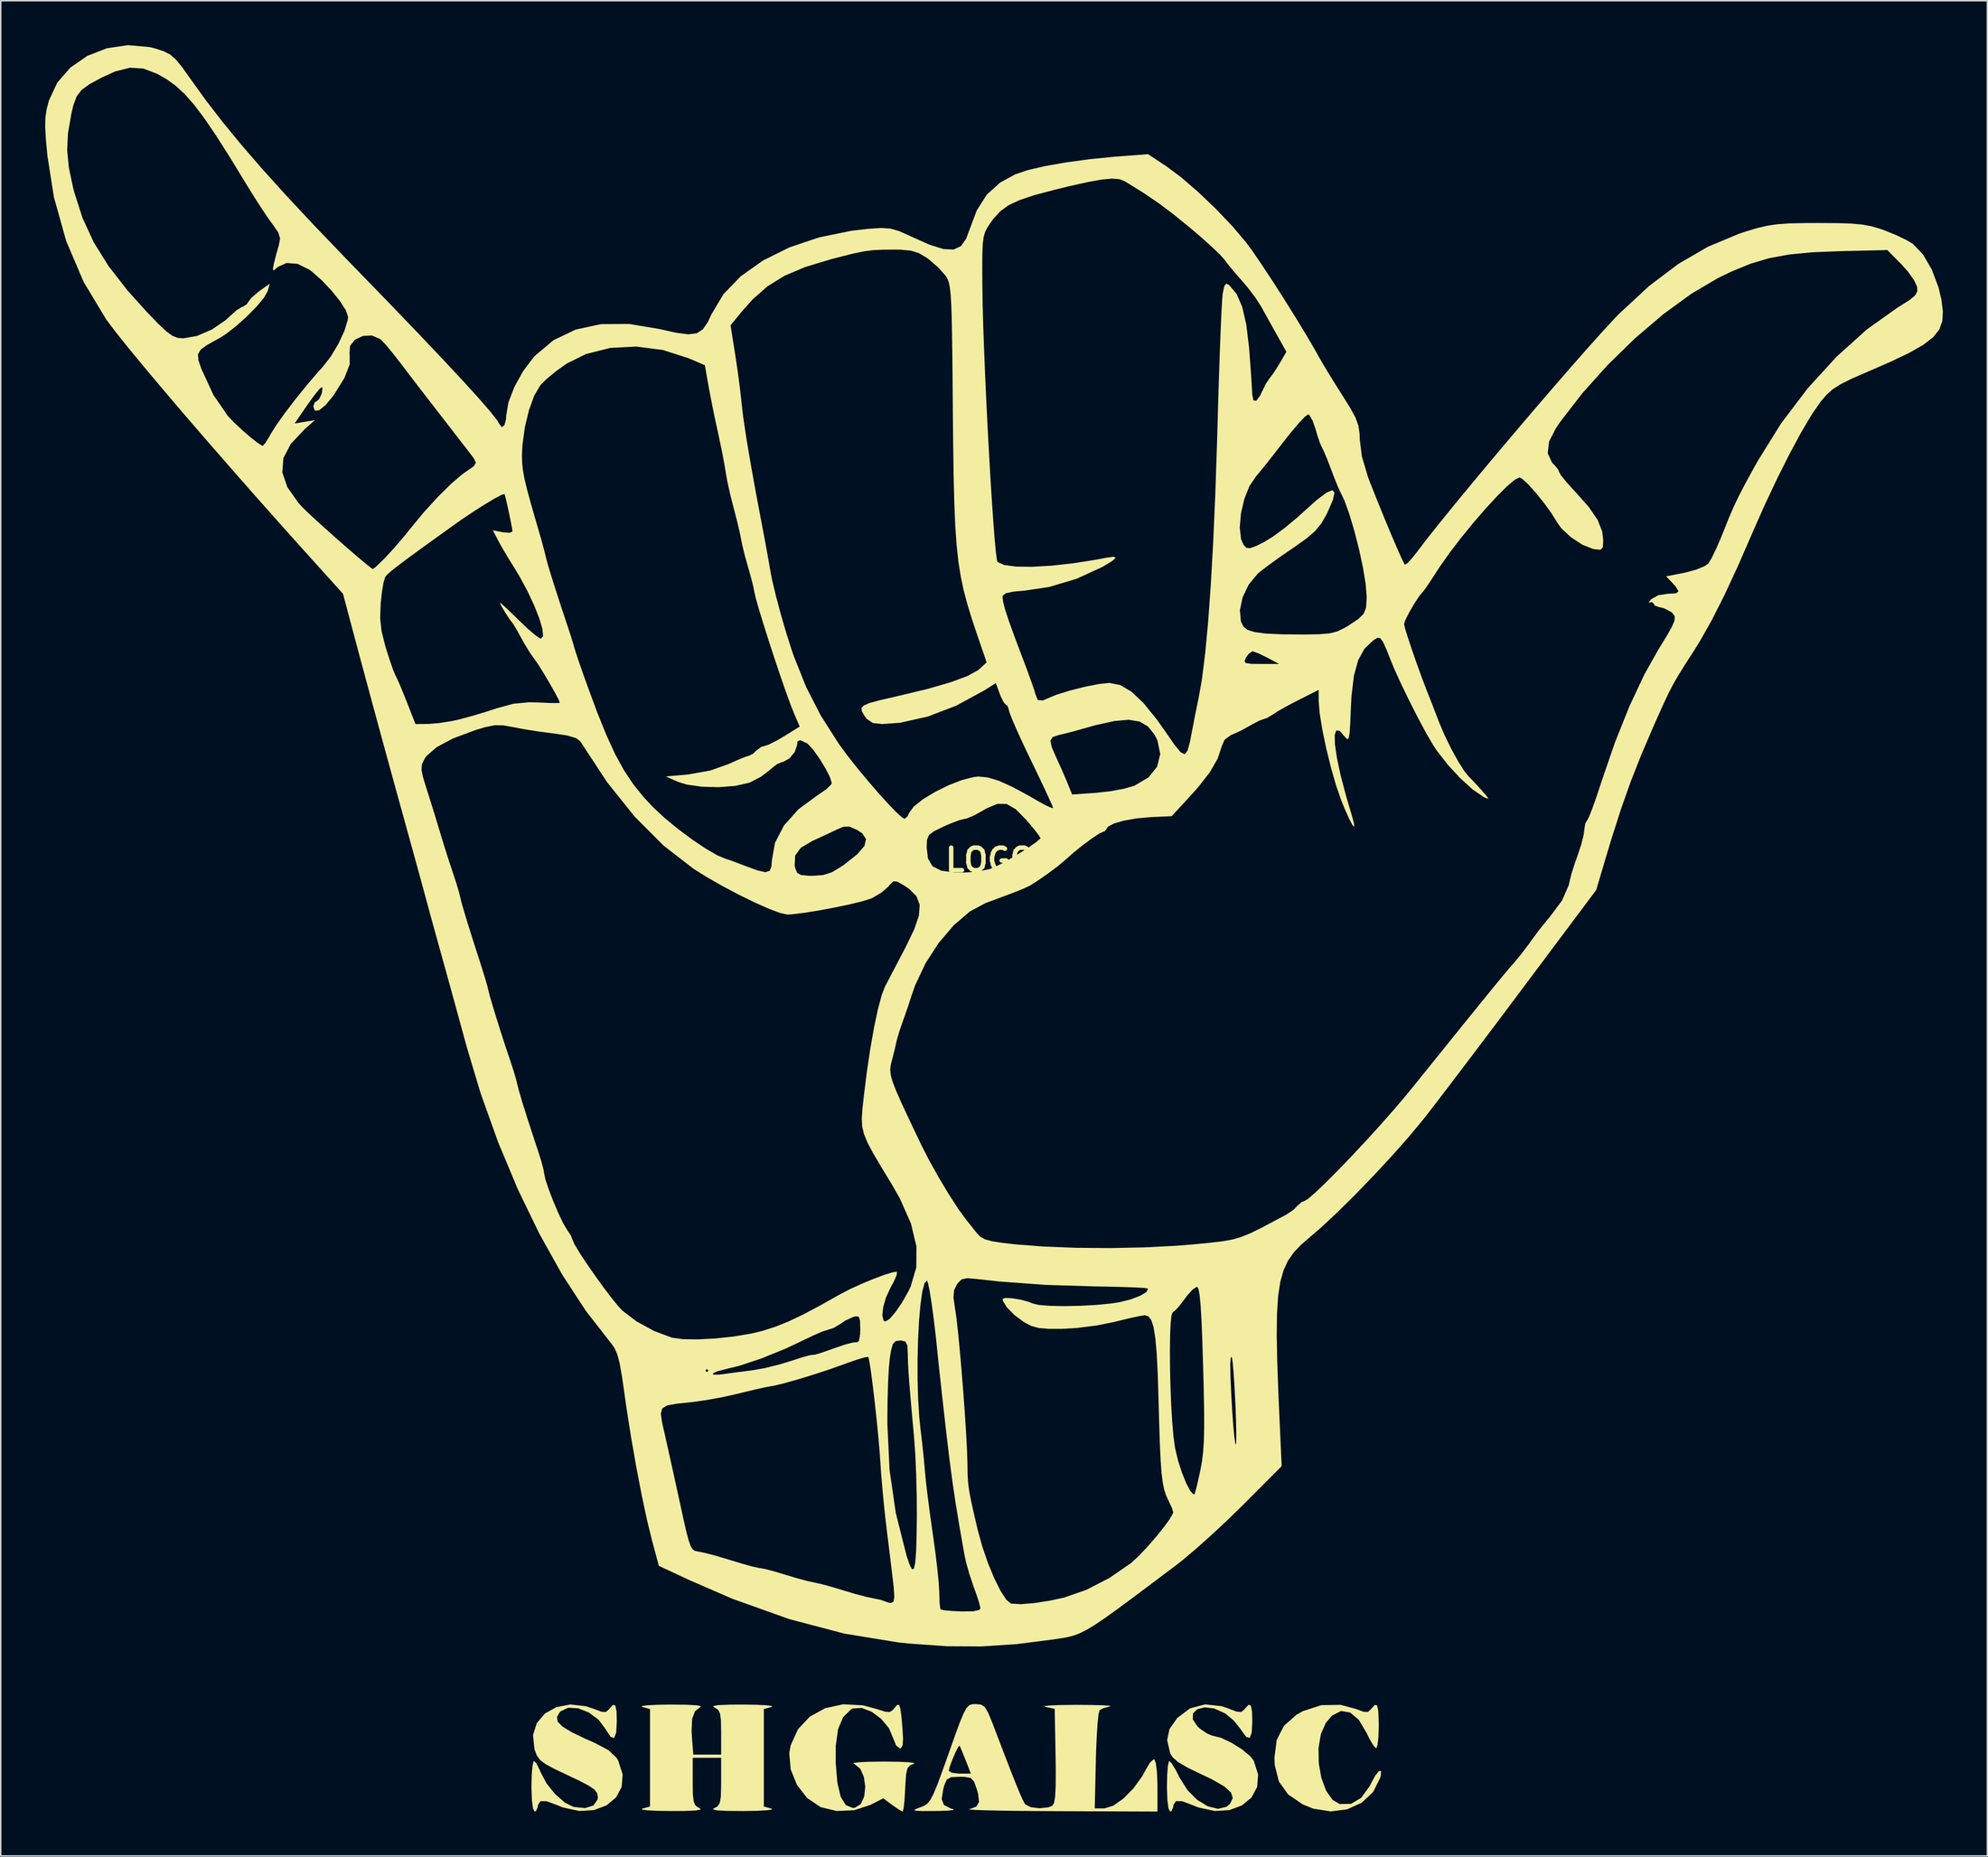
<source format=kicad_pcb>
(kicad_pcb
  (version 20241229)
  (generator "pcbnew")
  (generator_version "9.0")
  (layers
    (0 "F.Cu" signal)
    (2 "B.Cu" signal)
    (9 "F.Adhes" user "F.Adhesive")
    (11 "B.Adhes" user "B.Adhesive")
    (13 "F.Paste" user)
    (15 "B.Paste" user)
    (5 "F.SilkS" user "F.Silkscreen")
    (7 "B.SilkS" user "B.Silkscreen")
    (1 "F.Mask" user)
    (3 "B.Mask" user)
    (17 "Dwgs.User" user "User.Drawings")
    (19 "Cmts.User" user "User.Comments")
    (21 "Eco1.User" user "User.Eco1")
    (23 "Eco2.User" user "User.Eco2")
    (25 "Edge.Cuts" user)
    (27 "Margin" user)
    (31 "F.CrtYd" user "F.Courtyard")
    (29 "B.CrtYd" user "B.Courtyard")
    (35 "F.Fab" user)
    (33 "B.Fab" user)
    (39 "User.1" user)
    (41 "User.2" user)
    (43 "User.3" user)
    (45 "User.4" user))
  (footprint "LOGO"
    (layer "F.Cu")
    (at 63.779 55.014)
    (property "Reference" "LOGO" (at 0 0 0) (layer "F.SilkS") (effects (font (size 1.524 1.524) (thickness 0.3))))
    (attr board_only exclude_from_pos_files exclude_from_bom)
    (fp_poly (pts (xy 24.709 57.32) (xy 25.233 57.515) (xy 25.521 57.523) (xy 25.721 57.345) (xy 25.74 57.32) (xy 25.983 57.052) (xy 26.137 57.078) (xy 26.221 57.438) (xy 26.252 58.17) (xy 26.254 58.484) (xy 26.231 59.22) (xy 26.17 59.754) (xy 26.085 59.977) (xy 26.078 59.978) (xy 25.9 59.8) (xy 25.63 59.343) (xy 25.437 58.946) (xy 24.907 58.056) (xy 24.32 57.558) (xy 23.707 57.458) (xy 23.102 57.766) (xy 22.686 58.25) (xy 22.341 59.029) (xy 22.186 59.976) (xy 22.204 60.991) (xy 22.379 61.976) (xy 22.693 62.83) (xy 23.131 63.456) (xy 23.61 63.739) (xy 24.378 63.73) (xy 25.066 63.321) (xy 25.637 62.538) (xy 25.715 62.379) (xy 26.017 61.823) (xy 26.265 61.52) (xy 26.408 61.506) (xy 26.394 61.813) (xy 26.357 61.953) (xy 25.873 62.927) (xy 25.103 63.65) (xy 24.121 64.096) (xy 23.005 64.239) (xy 21.832 64.052) (xy 21.125 63.767) (xy 20.133 63.089) (xy 19.512 62.221) (xy 19.233 61.116) (xy 19.21 60.618) (xy 19.366 59.41) (xy 19.852 58.457) (xy 20.698 57.712) (xy 21.125 57.47) (xy 22.372 57.064) (xy 23.673 57.042)) (stroke (width 0) (type solid)) (fill yes) (layer "F.SilkS"))
    (fp_poly (pts (xy -15.745 57.039) (xy -15.081 57.073) (xy -14.719 57.121) (xy -14.72 57.179) (xy -14.728 57.181) (xy -15.261 57.329) (xy -15.261 63.908) (xy -14.728 64.056) (xy -14.713 64.114) (xy -15.063 64.162) (xy -15.717 64.197) (xy -16.614 64.212) (xy -16.649 64.212) (xy -17.748 64.203) (xy -18.429 64.166) (xy -18.7 64.102) (xy -18.623 64.027) (xy -18.377 63.89) (xy -18.233 63.659) (xy -18.164 63.232) (xy -18.144 62.509) (xy -18.143 62.226) (xy -18.143 60.618) (xy -20.064 60.618) (xy -20.064 62.226) (xy -20.053 63.055) (xy -20.001 63.558) (xy -19.882 63.837) (xy -19.668 63.991) (xy -19.584 64.027) (xy -19.526 64.115) (xy -19.871 64.175) (xy -20.627 64.207) (xy -21.558 64.212) (xy -22.462 64.198) (xy -23.126 64.164) (xy -23.488 64.116) (xy -23.486 64.058) (xy -23.479 64.056) (xy -22.945 63.908) (xy -22.945 57.329) (xy -23.479 57.181) (xy -23.494 57.123) (xy -23.144 57.075) (xy -22.489 57.04) (xy -21.592 57.025) (xy -21.558 57.025) (xy -20.496 57.035) (xy -19.806 57.072) (xy -19.505 57.134) (xy -19.555 57.2) (xy -19.913 57.477) (xy -20.102 57.992) (xy -20.14 58.813) (xy -20.105 59.391) (xy -20.021 60.405) (xy -18.143 60.405) (xy -18.143 58.904) (xy -18.156 58.107) (xy -18.215 57.631) (xy -18.351 57.371) (xy -18.592 57.223) (xy -18.623 57.21) (xy -18.681 57.122) (xy -18.336 57.062) (xy -17.58 57.03) (xy -16.649 57.025)) (stroke (width 0) (type solid)) (fill yes) (layer "F.SilkS"))
    (fp_poly (pts (xy -8.577 57.075) (xy -7.661 57.318) (xy -7.079 57.505) (xy -6.754 57.53) (xy -6.546 57.387) (xy -6.462 57.281) (xy -6.264 57.05) (xy -6.13 57.046) (xy -6.037 57.324) (xy -5.96 57.938) (xy -5.908 58.537) (xy -5.862 59.333) (xy -5.891 59.783) (xy -6.006 59.964) (xy -6.08 59.978) (xy -6.324 59.794) (xy -6.508 59.349) (xy -6.509 59.344) (xy -6.816 58.619) (xy -7.343 57.983) (xy -7.991 57.504) (xy -8.663 57.25) (xy -9.259 57.292) (xy -9.371 57.348) (xy -9.907 57.869) (xy -10.249 58.681) (xy -10.407 59.821) (xy -10.409 60.961) (xy -10.296 62.306) (xy -10.071 63.253) (xy -9.727 63.813) (xy -9.26 64.003) (xy -9.12 63.993) (xy -8.719 63.748) (xy -8.485 63.236) (xy -8.414 62.583) (xy -8.504 61.915) (xy -8.752 61.356) (xy -9.154 61.031) (xy -9.192 61.02) (xy -9.197 60.965) (xy -8.837 60.919) (xy -8.173 60.888) (xy -7.267 60.875) (xy -7.15 60.874) (xy -6.222 60.886) (xy -5.53 60.916) (xy -5.136 60.96) (xy -5.101 61.015) (xy -5.123 61.022) (xy -5.401 61.131) (xy -5.567 61.332) (xy -5.657 61.727) (xy -5.706 62.417) (xy -5.719 62.709) (xy -5.763 63.457) (xy -5.821 64.004) (xy -5.881 64.244) (xy -5.888 64.247) (xy -6.113 64.133) (xy -6.527 63.852) (xy -6.597 63.801) (xy -7.2 63.355) (xy -8.074 63.801) (xy -9.169 64.158) (xy -10.348 64.21) (xy -11.427 63.948) (xy -11.43 63.947) (xy -12.333 63.338) (xy -13.024 62.453) (xy -13.446 61.406) (xy -13.543 60.312) (xy -13.455 59.793) (xy -12.955 58.688) (xy -12.156 57.838) (xy -11.119 57.269) (xy -9.906 57.005)) (stroke (width 0) (type solid)) (fill yes) (layer "F.SilkS"))
    (fp_poly (pts (xy 15.65 57.134) (xy 16.117 57.297) (xy 16.663 57.503) (xy 16.965 57.526) (xy 17.165 57.368) (xy 17.202 57.32) (xy 17.462 57.04) (xy 17.62 57.092) (xy 17.698 57.507) (xy 17.716 58.164) (xy 17.674 58.924) (xy 17.542 59.272) (xy 17.311 59.213) (xy 16.97 58.754) (xy 16.928 58.683) (xy 16.462 58.102) (xy 15.881 57.619) (xy 15.876 57.616) (xy 15.151 57.291) (xy 14.505 57.211) (xy 14.005 57.335) (xy 13.714 57.619) (xy 13.698 58.024) (xy 14.022 58.506) (xy 14.223 58.682) (xy 14.676 58.987) (xy 15.01 59.126) (xy 15.023 59.126) (xy 15.587 59.262) (xy 16.303 59.599) (xy 17.019 60.047) (xy 17.584 60.516) (xy 17.809 60.805) (xy 18.11 61.745) (xy 18.043 62.589) (xy 17.662 63.297) (xy 17.021 63.83) (xy 16.175 64.147) (xy 15.179 64.209) (xy 14.086 63.975) (xy 13.692 63.816) (xy 12.978 63.549) (xy 12.558 63.546) (xy 12.388 63.81) (xy 12.38 63.939) (xy 12.26 64.215) (xy 12.166 64.247) (xy 12.061 64.047) (xy 11.986 63.502) (xy 11.954 62.692) (xy 11.953 62.539) (xy 11.971 61.747) (xy 12.02 61.15) (xy 12.09 60.85) (xy 12.113 60.833) (xy 12.283 61.01) (xy 12.56 61.468) (xy 12.807 61.953) (xy 13.337 62.799) (xy 13.997 63.459) (xy 14.708 63.893) (xy 15.394 64.063) (xy 15.977 63.927) (xy 16.213 63.724) (xy 16.398 63.343) (xy 16.28 62.965) (xy 15.831 62.556) (xy 15.019 62.087) (xy 14.301 61.743) (xy 13.33 61.274) (xy 12.693 60.897) (xy 12.321 60.565) (xy 12.168 60.302) (xy 11.968 59.427) (xy 12.126 58.672) (xy 12.654 57.926) (xy 13.515 57.279) (xy 14.533 57.012)) (stroke (width 0) (type solid)) (fill yes) (layer "F.SilkS"))
    (fp_poly (pts (xy -27.267 57.138) (xy -26.731 57.32) (xy -26.207 57.515) (xy -25.92 57.523) (xy -25.72 57.345) (xy -25.701 57.32) (xy -25.441 57.04) (xy -25.282 57.092) (xy -25.204 57.507) (xy -25.187 58.164) (xy -25.232 58.929) (xy -25.37 59.278) (xy -25.599 59.21) (xy -25.919 58.726) (xy -25.938 58.688) (xy -26.428 58.039) (xy -27.085 57.555) (xy -27.802 57.275) (xy -28.472 57.238) (xy -28.99 57.483) (xy -29.043 57.541) (xy -29.227 57.867) (xy -29.18 58.177) (xy -28.863 58.506) (xy -28.239 58.887) (xy -27.269 59.354) (xy -26.642 59.63) (xy -25.747 60.106) (xy -25.205 60.621) (xy -25.095 60.803) (xy -24.793 61.744) (xy -24.86 62.588) (xy -25.24 63.297) (xy -25.881 63.83) (xy -26.727 64.147) (xy -27.724 64.209) (xy -28.816 63.975) (xy -29.21 63.816) (xy -29.925 63.549) (xy -30.345 63.546) (xy -30.514 63.81) (xy -30.523 63.939) (xy -30.642 64.215) (xy -30.736 64.247) (xy -30.842 64.047) (xy -30.916 63.502) (xy -30.949 62.692) (xy -30.95 62.539) (xy -30.93 61.747) (xy -30.878 61.149) (xy -30.803 60.849) (xy -30.779 60.832) (xy -30.603 61.012) (xy -30.385 61.457) (xy -30.339 61.578) (xy -29.939 62.338) (xy -29.35 63.069) (xy -28.69 63.646) (xy -28.11 63.935) (xy -27.33 64.014) (xy -26.763 63.837) (xy -26.484 63.434) (xy -26.467 63.275) (xy -26.512 63.011) (xy -26.69 62.77) (xy -27.072 62.504) (xy -27.725 62.162) (xy -28.481 61.804) (xy -29.392 61.372) (xy -29.992 61.049) (xy -30.361 60.773) (xy -30.577 60.481) (xy -30.721 60.111) (xy -30.746 60.028) (xy -30.845 59.086) (xy -30.588 58.272) (xy -30.039 57.627) (xy -29.26 57.195) (xy -28.315 57.018)) (stroke (width 0) (type solid)) (fill yes) (layer "F.SilkS"))
    (fp_poly (pts (xy -0.604 57.024) (xy -0.349 57.185) (xy -0.12 57.563) (xy 0.161 58.248) (xy 0.19 58.324) (xy 0.818 59.969) (xy 1.315 61.257) (xy 1.697 62.228) (xy 1.982 62.926) (xy 2.187 63.392) (xy 2.329 63.669) (xy 2.395 63.767) (xy 2.768 63.956) (xy 3.35 64.025) (xy 3.935 63.966) (xy 4.221 63.854) (xy 4.332 63.669) (xy 4.405 63.248) (xy 4.442 62.538) (xy 4.448 61.489) (xy 4.435 60.497) (xy 4.376 57.314) (xy 3.735 57.177) (xy 3.693 57.128) (xy 4.022 57.087) (xy 4.664 57.058) (xy 5.563 57.045) (xy 5.87 57.044) (xy 6.845 57.052) (xy 7.591 57.072) (xy 8.046 57.1) (xy 8.152 57.134) (xy 8.111 57.144) (xy 7.635 57.279) (xy 7.402 57.408) (xy 7.336 57.67) (xy 7.271 58.28) (xy 7.213 59.16) (xy 7.168 60.231) (xy 7.153 60.805) (xy 7.079 64.034) (xy 7.738 64.034) (xy 8.324 63.855) (xy 9.004 63.378) (xy 9.687 62.687) (xy 10.281 61.868) (xy 10.533 61.403) (xy 10.809 60.94) (xy 11.05 60.727) (xy 11.112 60.733) (xy 11.206 60.991) (xy 11.277 61.564) (xy 11.311 62.341) (xy 11.313 62.552) (xy 11.313 64.247) (xy 4.749 64.222) (xy 3.149 64.213) (xy 1.716 64.199) (xy 0.499 64.18) (xy -0.456 64.158) (xy -1.102 64.133) (xy -1.39 64.108) (xy -1.387 64.095) (xy -0.912 63.91) (xy -0.73 63.59) (xy -0.801 63.031) (xy -0.871 62.779) (xy -1.064 62.228) (xy -1.3 61.974) (xy -1.733 61.902) (xy -2.036 61.899) (xy -2.61 61.925) (xy -2.908 62.079) (xy -3.08 62.476) (xy -3.151 62.747) (xy -3.254 63.412) (xy -3.101 63.808) (xy -2.635 64.044) (xy -2.455 64.093) (xy -2.448 64.142) (xy -2.798 64.182) (xy -3.435 64.206) (xy -3.735 64.21) (xy -4.56 64.212) (xy -5.004 64.193) (xy -5.114 64.143) (xy -4.938 64.05) (xy -4.712 63.968) (xy -4.438 63.858) (xy -4.214 63.703) (xy -4.007 63.442) (xy -3.786 63.013) (xy -3.517 62.354) (xy -3.203 61.498) (xy -2.775 61.498) (xy -2.587 61.622) (xy -2.126 61.684) (xy -2.029 61.686) (xy -1.284 61.686) (xy -1.637 60.779) (xy -1.861 60.22) (xy -2.017 59.857) (xy -2.05 59.795) (xy -2.155 59.915) (xy -2.342 60.292) (xy -2.549 60.78) (xy -2.714 61.234) (xy -2.775 61.498) (xy -3.203 61.498) (xy -3.168 61.405) (xy -2.794 60.352) (xy -2.357 59.118) (xy -2.03 58.231) (xy -1.782 57.633) (xy -1.584 57.266) (xy -1.402 57.075) (xy -1.208 57.002) (xy -0.969 56.99) (xy -0.963 56.99)) (stroke (width 0) (type solid)) (fill yes) (layer "F.SilkS"))
    (fp_poly (pts (xy -56.733 -54.885) (xy -56.322 -54.781) (xy -55.756 -54.596) (xy -55.329 -54.376) (xy -54.946 -54.037) (xy -54.511 -53.498) (xy -54.002 -52.781) (xy -52.966 -51.341) (xy -51.834 -49.871) (xy -50.572 -48.33) (xy -49.143 -46.677) (xy -47.513 -44.872) (xy -45.645 -42.873) (xy -43.504 -40.641) (xy -42.903 -40.021) (xy -40.621 -37.668) (xy -38.64 -35.606) (xy -36.96 -33.835) (xy -35.583 -32.358) (xy -34.508 -31.175) (xy -33.737 -30.287) (xy -33.271 -29.695) (xy -33.12 -29.44) (xy -32.948 -29.22) (xy -32.777 -29.349) (xy -32.669 -29.755) (xy -32.657 -29.983) (xy -32.509 -30.881) (xy -32.107 -31.931) (xy -31.515 -32.999) (xy -30.796 -33.954) (xy -30.732 -34.025) (xy -29.467 -35.09) (xy -27.968 -35.81) (xy -26.257 -36.179) (xy -24.356 -36.192) (xy -22.328 -35.853) (xy -21.183 -35.596) (xy -20.364 -35.491) (xy -19.789 -35.56) (xy -19.376 -35.828) (xy -19.191 -36.101) (xy -17.508 -36.101) (xy -17.192 -34.112) (xy -17.033 -33.048) (xy -16.889 -31.966) (xy -16.784 -31.058) (xy -16.763 -30.843) (xy -16.649 -29.865) (xy -16.444 -28.496) (xy -16.152 -26.765) (xy -15.779 -24.696) (xy -15.367 -22.518) (xy -15.181 -21.539) (xy -15.019 -20.652) (xy -14.901 -19.983) (xy -14.863 -19.744) (xy -14.706 -18.92) (xy -14.443 -17.82) (xy -14.109 -16.571) (xy -13.739 -15.301) (xy -13.367 -14.137) (xy -13.239 -13.767) (xy -12.4 -11.666) (xy -11.42 -9.758) (xy -10.204 -7.849) (xy -9.669 -7.117) (xy -9.014 -6.283) (xy -8.296 -5.414) (xy -7.57 -4.572) (xy -6.895 -3.824) (xy -6.326 -3.233) (xy -5.921 -2.866) (xy -5.758 -2.775) (xy -5.554 -2.95) (xy -5.45 -3.178) (xy -5.144 -3.602) (xy -4.531 -4.09) (xy -3.713 -4.588) (xy -2.795 -5.043) (xy -1.879 -5.4) (xy -1.069 -5.605) (xy -0.763 -5.634) (xy -0.138 -5.573) (xy 0.603 -5.348) (xy 1.524 -4.933) (xy 2.694 -4.299) (xy 3.255 -3.972) (xy 3.807 -3.67) (xy 4.175 -3.511) (xy 4.269 -3.514) (xy 4.18 -3.744) (xy 3.934 -4.289) (xy 3.564 -5.081) (xy 3.1 -6.052) (xy 2.775 -6.724) (xy 2.266 -7.79) (xy 2.141 -8.062) (xy 4.088 -8.062) (xy 4.174 -7.625) (xy 4.466 -6.951) (xy 4.819 -6.176) (xy 5.162 -5.38) (xy 5.215 -5.252) (xy 5.553 -4.422) (xy 7.206 -4.537) (xy 8.153 -4.644) (xy 9.067 -4.814) (xy 9.753 -5.013) (xy 9.768 -5.018) (xy 10.707 -5.572) (xy 11.292 -6.302) (xy 11.501 -7.155) (xy 11.312 -8.076) (xy 11.108 -8.474) (xy 10.67 -9.017) (xy 10.111 -9.347) (xy 9.375 -9.467) (xy 8.401 -9.383) (xy 7.132 -9.101) (xy 6.403 -8.897) (xy 5.636 -8.682) (xy 4.945 -8.504) (xy 4.642 -8.435) (xy 4.241 -8.303) (xy 4.088 -8.062) (xy 2.141 -8.062) (xy 1.831 -8.738) (xy 1.503 -9.495) (xy 1.314 -9.988) (xy 1.281 -10.126) (xy 1.191 -10.419) (xy 1.11 -10.459) (xy 0.934 -10.639) (xy 0.716 -11.083) (xy 0.671 -11.201) (xy 0.403 -11.943) (xy -0.389 -11.444) (xy -2.27 -10.42) (xy -4.19 -9.684) (xy -6.053 -9.266) (xy -7.266 -9.178) (xy -7.899 -9.249) (xy -8.303 -9.517) (xy -8.463 -9.73) (xy -8.637 -10.026) (xy -8.674 -10.248) (xy -8.52 -10.428) (xy -8.121 -10.598) (xy -7.422 -10.789) (xy -6.371 -11.032) (xy -6.131 -11.086) (xy -4.194 -11.553) (xy -2.656 -11.997) (xy -1.526 -12.416) (xy -0.812 -12.806) (xy -0.697 -12.9) (xy -0.221 -13.343) (xy -0.858 -15.203) (xy -1.221 -16.289) (xy -1.523 -17.276) (xy -1.772 -18.216) (xy -1.971 -19.164) (xy -2.129 -20.172) (xy -2.249 -21.293) (xy -2.338 -22.581) (xy -2.402 -24.089) (xy -2.447 -25.869) (xy -2.478 -27.977) (xy -2.5 -30.165) (xy -2.518 -32.323) (xy -2.536 -34.096) (xy -2.556 -35.524) (xy -2.579 -36.65) (xy -2.609 -37.514) (xy -2.648 -38.159) (xy -2.697 -38.625) (xy -2.761 -38.954) (xy -2.84 -39.187) (xy -2.937 -39.366) (xy -3.032 -39.501) (xy -3.468 -39.979) (xy -0.515 -39.979) (xy -0.507 -38.683) (xy -0.507 -38.65) (xy -0.488 -37.47) (xy -0.449 -36.061) (xy -0.393 -34.475) (xy -0.323 -32.762) (xy -0.241 -30.977) (xy -0.151 -29.169) (xy -0.055 -27.39) (xy 0.043 -25.694) (xy 0.142 -24.13) (xy 0.237 -22.751) (xy 0.327 -21.61) (xy 0.408 -20.757) (xy 0.478 -20.244) (xy 0.517 -20.117) (xy 0.961 -19.917) (xy 1.757 -19.81) (xy 2.838 -19.795) (xy 4.14 -19.869) (xy 5.597 -20.028) (xy 7.146 -20.27) (xy 7.844 -20.404) (xy 8.361 -20.476) (xy 8.494 -20.402) (xy 8.24 -20.175) (xy 7.596 -19.787) (xy 7.585 -19.781) (xy 5.849 -18.984) (xy 3.99 -18.431) (xy 2.401 -18.194) (xy 1.565 -18.116) (xy 1.081 -18.01) (xy 0.876 -17.857) (xy 0.854 -17.756) (xy 0.894 -17.424) (xy 1.027 -16.914) (xy 1.269 -16.172) (xy 1.639 -15.145) (xy 2.153 -13.78) (xy 2.187 -13.691) (xy 2.534 -12.769) (xy 2.82 -11.979) (xy 3.012 -11.416) (xy 3.076 -11.189) (xy 3.235 -10.799) (xy 3.583 -10.772) (xy 3.847 -10.889) (xy 4.492 -11.156) (xy 5.396 -11.437) (xy 6.397 -11.691) (xy 7.332 -11.876) (xy 8.04 -11.953) (xy 8.07 -11.953) (xy 8.797 -11.811) (xy 9.555 -11.366) (xy 10.376 -10.59) (xy 11.292 -9.456) (xy 11.871 -8.636) (xy 12.466 -7.775) (xy 12.875 -7.275) (xy 13.151 -7.142) (xy 13.346 -7.383) (xy 13.513 -8.003) (xy 13.677 -8.858) (xy 13.845 -9.733) (xy 14.028 -10.632) (xy 14.083 -10.886) (xy 14.316 -12.199) (xy 14.469 -13.421) (xy 17.19 -13.421) (xy 17.277 -13.294) (xy 17.631 -13.243) (xy 18.292 -13.234) (xy 19.524 -13.234) (xy 18.727 -13.661) (xy 18.185 -13.927) (xy 17.793 -14.076) (xy 17.724 -14.087) (xy 17.472 -13.921) (xy 17.289 -13.661) (xy 17.19 -13.421) (xy 14.469 -13.421) (xy 14.532 -13.925) (xy 14.732 -16.048) (xy 14.913 -18.554) (xy 15.075 -21.43) (xy 15.12 -22.451) (xy 16.869 -22.451) (xy 16.956 -21.664) (xy 17.13 -21.273) (xy 17.313 -21.08) (xy 17.546 -21.047) (xy 17.945 -21.188) (xy 18.473 -21.443) (xy 19.108 -21.831) (xy 19.911 -22.424) (xy 20.751 -23.122) (xy 21.14 -23.475) (xy 22.066 -24.305) (xy 22.726 -24.803) (xy 23.125 -24.969) (xy 23.267 -24.803) (xy 23.155 -24.303) (xy 22.793 -23.47) (xy 22.714 -23.309) (xy 22.374 -22.715) (xy 21.958 -22.212) (xy 21.372 -21.705) (xy 20.516 -21.098) (xy 20.419 -21.033) (xy 19.59 -20.463) (xy 18.831 -19.915) (xy 18.257 -19.475) (xy 18.079 -19.325) (xy 17.476 -18.598) (xy 17.065 -17.74) (xy 16.878 -16.869) (xy 16.947 -16.105) (xy 17.129 -15.739) (xy 17.399 -15.533) (xy 17.884 -15.385) (xy 18.634 -15.288) (xy 19.703 -15.237) (xy 21.14 -15.224) (xy 21.286 -15.225) (xy 22.259 -15.242) (xy 22.936 -15.301) (xy 23.443 -15.428) (xy 23.91 -15.649) (xy 24.201 -15.822) (xy 24.86 -16.258) (xy 25.23 -16.616) (xy 25.394 -17.028) (xy 25.435 -17.628) (xy 25.436 -17.787) (xy 25.37 -18.63) (xy 25.192 -19.72) (xy 24.93 -20.945) (xy 24.613 -22.191) (xy 24.27 -23.344) (xy 23.929 -24.291) (xy 23.644 -24.88) (xy 23.499 -25.19) (xy 23.266 -25.768) (xy 23.035 -26.374) (xy 22.767 -27.072) (xy 22.539 -27.614) (xy 22.416 -27.855) (xy 22.274 -28.175) (xy 22.086 -28.746) (xy 21.99 -29.082) (xy 21.788 -29.665) (xy 21.576 -30.026) (xy 21.477 -30.085) (xy 21.259 -29.92) (xy 20.847 -29.482) (xy 20.302 -28.838) (xy 19.744 -28.133) (xy 19.122 -27.332) (xy 18.575 -26.639) (xy 18.167 -26.134) (xy 17.976 -25.912) (xy 17.527 -25.254) (xy 17.177 -24.373) (xy 16.95 -23.397) (xy 16.869 -22.451) (xy 15.12 -22.451) (xy 15.217 -24.66) (xy 15.337 -28.23) (xy 15.368 -29.324) (xy 15.421 -31.176) (xy 15.476 -32.923) (xy 15.531 -34.511) (xy 15.585 -35.888) (xy 15.635 -37.002) (xy 15.68 -37.798) (xy 15.716 -38.224) (xy 15.718 -38.238) (xy 15.828 -38.753) (xy 15.966 -38.912) (xy 16.159 -38.811) (xy 16.655 -38.22) (xy 17.035 -37.344) (xy 17.312 -36.139) (xy 17.5 -34.563) (xy 17.513 -34.395) (xy 17.591 -33.364) (xy 17.654 -32.452) (xy 17.696 -31.765) (xy 17.711 -31.43) (xy 17.791 -31.027) (xy 17.985 -31.005) (xy 18.245 -31.352) (xy 18.364 -31.608) (xy 18.625 -32.143) (xy 18.874 -32.512) (xy 18.877 -32.515) (xy 19.133 -32.852) (xy 19.474 -33.381) (xy 19.567 -33.537) (xy 20.017 -34.31) (xy 19.375 -35.458) (xy 18.942 -36.234) (xy 18.52 -36.994) (xy 18.305 -37.382) (xy 17.908 -37.993) (xy 17.364 -38.703) (xy 17.033 -39.09) (xy 16.502 -39.697) (xy 16.044 -40.257) (xy 15.845 -40.526) (xy 15.547 -40.861) (xy 14.997 -41.388) (xy 14.278 -42.034) (xy 13.544 -42.66) (xy 12.398 -43.592) (xy 11.393 -44.347) (xy 10.362 -45.046) (xy 9.136 -45.807) (xy 9.087 -45.837) (xy 8.743 -45.968) (xy 8.255 -46.005) (xy 7.565 -45.943) (xy 6.616 -45.774) (xy 5.354 -45.491) (xy 4.33 -45.241) (xy 2.993 -44.885) (xy 1.997 -44.553) (xy 1.26 -44.206) (xy 0.701 -43.8) (xy 0.24 -43.293) (xy 0.049 -43.03) (xy -0.166 -42.71) (xy -0.319 -42.414) (xy -0.421 -42.068) (xy -0.481 -41.597) (xy -0.509 -40.926) (xy -0.515 -39.979) (xy -3.468 -39.979) (xy -3.515 -40.031) (xy -4.133 -40.562) (xy -4.28 -40.669) (xy -4.801 -40.977) (xy -5.34 -41.144) (xy -6.059 -41.207) (xy -6.536 -41.212) (xy -7.303 -41.203) (xy -7.918 -41.171) (xy -8.502 -41.094) (xy -9.178 -40.955) (xy -10.068 -40.733) (xy -10.779 -40.547) (xy -12.488 -40.028) (xy -13.867 -39.443) (xy -15.014 -38.734) (xy -16.024 -37.844) (xy -16.727 -37.054) (xy -17.508 -36.101) (xy -19.191 -36.101) (xy -19.044 -36.317) (xy -18.797 -36.844) (xy -17.993 -38.193) (xy -16.82 -39.41) (xy -15.323 -40.472) (xy -13.547 -41.355) (xy -11.535 -42.035) (xy -9.333 -42.486) (xy -8.188 -42.617) (xy -7.337 -42.671) (xy -6.715 -42.631) (xy -6.13 -42.462) (xy -5.387 -42.13) (xy -5.306 -42.091) (xy -4.076 -41.543) (xy -3.14 -41.249) (xy -2.45 -41.216) (xy -1.953 -41.446) (xy -1.601 -41.946) (xy -1.415 -42.45) (xy -0.885 -43.858) (xy -0.207 -44.925) (xy 0.685 -45.731) (xy 1.708 -46.292) (xy 2.539 -46.573) (xy 3.713 -46.847) (xy 5.148 -47.1) (xy 6.761 -47.318) (xy 8.467 -47.487) (xy 8.702 -47.505) (xy 10.68 -47.654) (xy 11.903 -46.845) (xy 12.911 -46.094) (xy 14.062 -45.101) (xy 15.251 -43.966) (xy 16.369 -42.793) (xy 17.274 -41.729) (xy 17.747 -41.084) (xy 18.379 -40.158) (xy 19.114 -39.041) (xy 19.896 -37.821) (xy 20.668 -36.585) (xy 21.374 -35.422) (xy 21.959 -34.421) (xy 22.186 -34.011) (xy 22.499 -33.468) (xy 22.966 -32.696) (xy 23.511 -31.821) (xy 23.794 -31.376) (xy 24.339 -30.502) (xy 24.684 -29.861) (xy 24.875 -29.338) (xy 24.956 -28.818) (xy 24.973 -28.388) (xy 25.113 -27.252) (xy 25.52 -25.879) (xy 25.7 -25.4) (xy 26.163 -24.238) (xy 26.632 -23.086) (xy 27.078 -22.015) (xy 27.471 -21.097) (xy 27.779 -20.403) (xy 27.974 -20.003) (xy 28.016 -19.938) (xy 28.187 -20.037) (xy 28.524 -20.402) (xy 28.878 -20.854) (xy 29.521 -21.697) (xy 30.393 -22.794) (xy 31.451 -24.096) (xy 32.652 -25.551) (xy 33.953 -27.108) (xy 35.309 -28.716) (xy 36.678 -30.325) (xy 38.017 -31.883) (xy 39.282 -33.339) (xy 40.429 -34.642) (xy 41.417 -35.742) (xy 42.2 -36.587) (xy 42.506 -36.902) (xy 44.511 -38.758) (xy 46.479 -40.244) (xy 48.477 -41.404) (xy 50.572 -42.28) (xy 51.013 -42.427) (xy 51.792 -42.661) (xy 52.473 -42.823) (xy 53.17 -42.925) (xy 53.995 -42.981) (xy 55.062 -43.004) (xy 55.923 -43.007) (xy 57.207 -43) (xy 58.165 -42.968) (xy 58.897 -42.902) (xy 59.504 -42.789) (xy 60.087 -42.62) (xy 60.373 -42.519) (xy 61.178 -42.194) (xy 61.904 -41.843) (xy 62.327 -41.587) (xy 62.994 -40.886) (xy 63.585 -39.875) (xy 64.042 -38.666) (xy 64.238 -37.839) (xy 64.338 -37.056) (xy 64.305 -36.397) (xy 64.099 -35.823) (xy 63.682 -35.296) (xy 63.014 -34.779) (xy 62.057 -34.234) (xy 60.772 -33.622) (xy 59.231 -32.953) (xy 58.178 -32.493) (xy 57.431 -32.121) (xy 56.893 -31.776) (xy 56.472 -31.397) (xy 56.086 -30.944) (xy 55.498 -30.096) (xy 54.795 -28.913) (xy 54.01 -27.462) (xy 53.178 -25.808) (xy 52.332 -24.016) (xy 51.506 -22.152) (xy 51.451 -22.023) (xy 50.456 -19.744) (xy 49.559 -17.818) (xy 48.734 -16.19) (xy 47.953 -14.806) (xy 47.506 -14.087) (xy 46.911 -13.162) (xy 46.467 -12.447) (xy 46.112 -11.831) (xy 45.787 -11.198) (xy 45.43 -10.435) (xy 44.979 -9.428) (xy 44.822 -9.071) (xy 43.978 -7.105) (xy 43.262 -5.288) (xy 42.613 -3.456) (xy 41.968 -1.439) (xy 41.695 -0.534) (xy 40.933 2.028) (xy 35.903 8.751) (xy 34.717 10.334) (xy 33.544 11.894) (xy 32.424 13.376) (xy 31.398 14.73) (xy 30.506 15.901) (xy 29.787 16.838) (xy 29.282 17.486) (xy 29.269 17.503) (xy 28.303 18.668) (xy 27.152 19.969) (xy 25.895 21.324) (xy 24.611 22.65) (xy 23.378 23.866) (xy 22.277 24.889) (xy 21.613 25.457) (xy 21.014 25.974) (xy 20.521 26.491) (xy 20.127 27.052) (xy 19.825 27.702) (xy 19.605 28.487) (xy 19.46 29.449) (xy 19.383 30.635) (xy 19.365 32.088) (xy 19.399 33.855) (xy 19.476 35.978) (xy 19.533 37.272) (xy 19.698 40.927) (xy 17.053 43.58) (xy 16.026 44.582) (xy 14.938 45.595) (xy 13.891 46.529) (xy 12.984 47.293) (xy 12.593 47.599) (xy 10.97 48.82) (xy 9.647 49.811) (xy 8.581 50.598) (xy 7.73 51.207) (xy 7.052 51.663) (xy 6.505 51.992) (xy 6.047 52.219) (xy 5.635 52.371) (xy 5.227 52.474) (xy 4.781 52.552) (xy 4.376 52.614) (xy 1.803 52.943) (xy -0.563 53.099) (xy -2.905 53.086) (xy -5.407 52.909) (xy -6.19 52.827) (xy -9.822 52.234) (xy -13.553 51.252) (xy -17.399 49.876) (xy -20.351 48.591) (xy -22.349 47.657) (xy -22.802 45.973) (xy -23.143 44.586) (xy -23.507 42.882) (xy -23.875 40.969) (xy -24.226 38.957) (xy -24.472 37.391) (xy -22.215 37.391) (xy -22.13 37.983) (xy -21.958 38.74) (xy -21.749 39.671) (xy -21.487 40.85) (xy -21.21 42.108) (xy -21.013 43.009) (xy -20.729 44.315) (xy -20.514 45.263) (xy -20.346 45.912) (xy -20.203 46.321) (xy -20.063 46.548) (xy -19.904 46.653) (xy -19.703 46.694) (xy -19.633 46.703) (xy -19.18 46.798) (xy -18.462 46.989) (xy -17.621 47.239) (xy -17.459 47.29) (xy -16.65 47.535) (xy -15.977 47.719) (xy -15.561 47.808) (xy -15.512 47.812) (xy -15.163 47.874) (xy -14.547 48.036) (xy -13.861 48.243) (xy -13.047 48.488) (xy -12.299 48.687) (xy -11.859 48.783) (xy -11.298 48.909) (xy -10.528 49.121) (xy -9.925 49.306) (xy -9.104 49.552) (xy -8.326 49.755) (xy -7.904 49.844) (xy -7.384 49.952) (xy -7.083 50.053) (xy -7.068 50.064) (xy -6.796 50.152) (xy -6.673 50.16) (xy -6.508 50.074) (xy -6.451 49.76) (xy -6.491 49.132) (xy -6.512 48.932) (xy -6.598 48.203) (xy -6.719 47.198) (xy -6.859 46.068) (xy -6.961 45.25) (xy -7.103 44.014) (xy -7.235 42.689) (xy -7.339 41.471) (xy -7.379 40.875) (xy -7.44 39.997) (xy -7.532 38.946) (xy -7.645 37.806) (xy -7.653 37.723) (xy -6.921 37.723) (xy -6.92 38.1) (xy -6.773 41.201) (xy -6.349 44.106) (xy -5.628 46.963) (xy -5.61 47.025) (xy -5.407 47.614) (xy -5.248 47.895) (xy -5.127 47.847) (xy -5.04 47.449) (xy -4.981 46.682) (xy -4.946 45.524) (xy -4.931 44.274) (xy -4.938 42.926) (xy -4.976 41.488) (xy -5.036 40.131) (xy -5.113 39.044) (xy -5.257 37.454) (xy -5.365 36.223) (xy -5.443 35.283) (xy -5.494 34.57) (xy -5.525 34.015) (xy -5.535 33.687) (xy -4.883 33.687) (xy -4.883 35.062) (xy -4.845 36.4) (xy -4.766 37.636) (xy -4.689 38.374) (xy -4.568 39.399) (xy -4.458 40.448) (xy -4.381 41.304) (xy -4.377 41.357) (xy -4.311 42.036) (xy -4.194 43.013) (xy -4.043 44.165) (xy -3.874 45.367) (xy -3.85 45.529) (xy -3.688 46.703) (xy -3.553 47.819) (xy -3.458 48.763) (xy -3.416 49.419) (xy -3.415 49.495) (xy -3.398 50.111) (xy -3.353 50.521) (xy -3.324 50.604) (xy -3.079 50.658) (xy -2.533 50.707) (xy -1.936 50.737) (xy -1.129 50.728) (xy -0.713 50.633) (xy -0.64 50.523) (xy -0.712 50.195) (xy -0.898 49.614) (xy -1.088 49.092) (xy -1.377 48.24) (xy -1.62 47.365) (xy -1.708 46.958) (xy -2.038 45.088) (xy -2.304 43.48) (xy -2.528 41.978) (xy -2.734 40.425) (xy -2.943 38.667) (xy -2.996 38.207) (xy -3.144 36.89) (xy -3.28 35.663) (xy -3.396 34.611) (xy -3.481 33.819) (xy -3.523 33.404) (xy -3.651 32.167) (xy -3.79 30.994) (xy -3.931 29.957) (xy -3.997 29.539) (xy -2.458 29.539) (xy -2.358 30.257) (xy -2.347 30.314) (xy -2.256 30.937) (xy -2.148 31.899) (xy -2.031 33.112) (xy -1.911 34.487) (xy -1.795 35.936) (xy -1.691 37.372) (xy -1.605 38.707) (xy -1.544 39.853) (xy -1.515 40.722) (xy -1.513 40.864) (xy -1.505 41.472) (xy -1.475 41.995) (xy -1.408 42.533) (xy -1.287 43.187) (xy -1.096 44.056) (xy -0.82 45.239) (xy -0.819 45.243) (xy -0.511 46.361) (xy -0.13 47.468) (xy 0.29 48.486) (xy 0.712 49.334) (xy 1.099 49.934) (xy 1.416 50.204) (xy 1.43 50.207) (xy 2.07 50.246) (xy 2.994 50.173) (xy 4.079 50.004) (xy 5.004 49.802) (xy 6.511 49.279) (xy 8.068 48.478) (xy 9.507 47.485) (xy 9.548 47.452) (xy 10.04 47) (xy 10.621 46.387) (xy 11.219 45.701) (xy 11.758 45.031) (xy 12.165 44.466) (xy 12.368 44.095) (xy 12.379 44.039) (xy 12.287 43.743) (xy 12.067 43.269) (xy 12.057 43.249) (xy 11.896 42.903) (xy 11.768 42.512) (xy 11.668 42.022) (xy 11.589 41.375) (xy 11.526 40.515) (xy 11.474 39.386) (xy 11.426 37.932) (xy 11.388 36.499) (xy 11.333 34.722) (xy 11.263 33.331) (xy 11.248 33.152) (xy 12.153 33.152) (xy 12.162 34.328) (xy 12.192 35.564) (xy 12.241 36.788) (xy 12.309 37.928) (xy 12.394 38.91) (xy 12.495 39.661) (xy 12.511 39.75) (xy 12.711 40.573) (xy 12.972 41.381) (xy 13.257 42.086) (xy 13.527 42.598) (xy 13.745 42.829) (xy 13.821 42.813) (xy 13.892 42.589) (xy 14.022 42.054) (xy 14.186 41.316) (xy 14.216 41.172) (xy 14.322 40.594) (xy 14.398 39.969) (xy 14.446 39.233) (xy 14.467 38.32) (xy 14.463 37.165) (xy 14.436 35.703) (xy 14.397 34.205) (xy 14.392 34.042) (xy 16.229 34.042) (xy 16.24 34.829) (xy 16.292 36.003) (xy 16.361 37.213) (xy 16.427 38.14) (xy 16.496 38.885) (xy 16.561 39.36) (xy 16.602 39.487) (xy 16.63 39.287) (xy 16.635 38.738) (xy 16.619 37.916) (xy 16.583 36.9) (xy 16.568 36.569) (xy 16.511 35.497) (xy 16.45 34.587) (xy 16.39 33.918) (xy 16.339 33.573) (xy 16.327 33.545) (xy 16.258 33.621) (xy 16.229 34.042) (xy 14.392 34.042) (xy 14.342 32.443) (xy 14.286 31.073) (xy 14.226 30.061) (xy 14.16 29.371) (xy 14.084 28.968) (xy 13.997 28.818) (xy 13.982 28.815) (xy 13.715 28.978) (xy 13.334 29.39) (xy 13.127 29.669) (xy 12.747 30.166) (xy 12.446 30.474) (xy 12.351 30.523) (xy 12.264 30.724) (xy 12.203 31.277) (xy 12.166 32.111) (xy 12.153 33.152) (xy 11.248 33.152) (xy 11.171 32.286) (xy 11.051 31.544) (xy 10.897 31.067) (xy 10.7 30.812) (xy 10.46 30.739) (xy 10.112 30.792) (xy 9.473 30.928) (xy 8.665 31.122) (xy 8.431 31.182) (xy 7.242 31.423) (xy 5.913 31.593) (xy 4.907 31.655) (xy 3.956 31.655) (xy 3.3 31.599) (xy 2.806 31.464) (xy 2.343 31.225) (xy 2.292 31.195) (xy 1.665 30.73) (xy 1.16 30.221) (xy 0.88 29.775) (xy 0.854 29.645) (xy 1.035 29.571) (xy 1.483 29.591) (xy 2.051 29.682) (xy 2.595 29.825) (xy 2.882 29.942) (xy 3.308 30.044) (xy 4.055 30.103) (xy 5.018 30.122) (xy 6.092 30.101) (xy 7.172 30.043) (xy 8.154 29.949) (xy 8.751 29.857) (xy 9.508 29.667) (xy 10.141 29.426) (xy 10.56 29.178) (xy 10.672 28.968) (xy 10.648 28.933) (xy 10.411 28.896) (xy 9.822 28.86) (xy 8.959 28.829) (xy 7.895 28.804) (xy 7.248 28.795) (xy 3.794 28.691) (xy 0.648 28.46) (xy -0.898 28.288) (xy -1.534 28.236) (xy -1.905 28.314) (xy -2.164 28.565) (xy -2.233 28.667) (xy -2.42 29.061) (xy -2.458 29.539) (xy -3.997 29.539) (xy -4.062 29.128) (xy -4.173 28.581) (xy -4.253 28.388) (xy -4.419 28.59) (xy -4.564 29.153) (xy -4.686 30.01) (xy -4.782 31.096) (xy -4.848 32.344) (xy -4.883 33.687) (xy -5.535 33.687) (xy -5.539 33.554) (xy -5.542 33.351) (xy -5.573 32.778) (xy -5.699 32.515) (xy -5.987 32.445) (xy -6.068 32.444) (xy -6.367 32.486) (xy -6.55 32.679) (xy -6.674 33.123) (xy -6.762 33.671) (xy -6.824 34.335) (xy -6.874 35.31) (xy -6.908 36.478) (xy -6.921 37.723) (xy -7.653 37.723) (xy -7.769 36.655) (xy -7.895 35.578) (xy -8.014 34.653) (xy -8.117 33.964) (xy -8.195 33.591) (xy -8.213 33.551) (xy -8.44 33.578) (xy -8.958 33.73) (xy -9.66 33.975) (xy -9.753 34.01) (xy -10.757 34.368) (xy -11.854 34.73) (xy -12.932 35.061) (xy -13.88 35.328) (xy -14.586 35.497) (xy -14.786 35.531) (xy -15.212 35.611) (xy -15.916 35.769) (xy -16.763 35.973) (xy -16.969 36.025) (xy -18.027 36.263) (xy -19.167 36.471) (xy -20.145 36.606) (xy -20.156 36.607) (xy -21.152 36.71) (xy -21.787 36.826) (xy -22.121 37.03) (xy -22.215 37.391) (xy -24.472 37.391) (xy -24.541 36.952) (xy -24.679 35.98) (xy -24.848 34.804) (xy -24.874 34.66) (xy -18.7 34.66) (xy -18.663 34.748) (xy -18.259 34.746) (xy -18.036 34.718) (xy -17.302 34.618) (xy -16.421 34.504) (xy -16.026 34.455) (xy -15.197 34.307) (xy -14.207 34.061) (xy -13.411 33.819) (xy -12.703 33.59) (xy -12.185 33.444) (xy -11.956 33.41) (xy -11.953 33.415) (xy -11.771 33.392) (xy -11.291 33.244) (xy -10.614 33.003) (xy -10.543 32.977) (xy -9.819 32.729) (xy -9.249 32.581) (xy -8.949 32.561) (xy -8.942 32.564) (xy -8.831 32.447) (xy -8.762 32.015) (xy -8.751 31.695) (xy -8.768 31.1) (xy -8.853 30.836) (xy -9.063 30.808) (xy -9.232 30.854) (xy -9.777 31.106) (xy -10.056 31.302) (xy -10.557 31.598) (xy -10.841 31.688) (xy -11.31 31.838) (xy -11.929 32.106) (xy -12.098 32.189) (xy -13.779 32.987) (xy -15.421 33.654) (xy -16.908 34.148) (xy -17.778 34.362) (xy -18.396 34.52) (xy -18.7 34.66) (xy -24.874 34.66) (xy -24.908 34.471) (xy -19.21 34.471) (xy -19.103 34.578) (xy -18.997 34.471) (xy -19.103 34.365) (xy -19.21 34.471) (xy -24.908 34.471) (xy -24.998 33.967) (xy -25.152 33.383) (xy -25.333 32.967) (xy -25.566 32.632) (xy -25.623 32.565) (xy -27.261 30.466) (xy -28.869 28.003) (xy -30.415 25.237) (xy -31.87 22.23) (xy -33.203 19.044) (xy -34.384 15.741) (xy -35.328 12.593) (xy -35.704 11.211) (xy -36.14 9.621) (xy -36.579 8.027) (xy -36.94 6.724) (xy -37.269 5.539) (xy -37.586 4.393) (xy -37.858 3.401) (xy -38.055 2.678) (xy -38.087 2.561) (xy -38.21 2.104) (xy -38.357 1.565) (xy -38.541 0.891) (xy -38.779 0.028) (xy -39.083 -1.078) (xy -39.471 -2.481) (xy -39.955 -4.234) (xy -40.024 -4.482) (xy -40.47 -6.101) (xy -38.373 -6.101) (xy -38.274 -5.598) (xy -38.055 -4.884) (xy -37.759 -3.952) (xy -37.421 -2.859) (xy -37.137 -1.921) (xy -36.839 -0.943) (xy -36.519 0.062) (xy -36.256 0.854) (xy -36.017 1.582) (xy -35.832 2.207) (xy -35.765 2.484) (xy -35.675 2.858) (xy -35.497 3.483) (xy -35.217 4.397) (xy -34.825 5.639) (xy -34.33 7.182) (xy -34.102 7.909) (xy -33.931 8.495) (xy -33.861 8.783) (xy -33.77 9.151) (xy -33.575 9.822) (xy -33.309 10.693) (xy -33.003 11.664) (xy -32.689 12.632) (xy -32.414 13.447) (xy -32.175 14.176) (xy -31.99 14.801) (xy -31.923 15.078) (xy -31.799 15.567) (xy -31.555 16.395) (xy -31.208 17.498) (xy -30.78 18.812) (xy -30.498 19.659) (xy -30.28 20.355) (xy -30.134 20.911) (xy -30.096 21.148) (xy -30.011 21.557) (xy -29.789 22.225) (xy -29.482 23.024) (xy -29.14 23.828) (xy -28.815 24.513) (xy -28.559 24.949) (xy -28.283 25.368) (xy -28.175 25.635) (xy -28.054 25.929) (xy -27.728 26.476) (xy -27.257 27.196) (xy -26.698 28.006) (xy -26.109 28.822) (xy -25.549 29.563) (xy -25.074 30.145) (xy -24.808 30.429) (xy -23.849 31.159) (xy -22.667 31.803) (xy -21.466 32.251) (xy -21.451 32.255) (xy -20.722 32.355) (xy -19.699 32.368) (xy -18.508 32.303) (xy -17.271 32.17) (xy -16.111 31.977) (xy -15.376 31.801) (xy -14.506 31.523) (xy -13.609 31.165) (xy -12.601 30.686) (xy -11.395 30.045) (xy -10.139 29.337) (xy -9.488 28.997) (xy -8.708 28.639) (xy -7.898 28.301) (xy -7.158 28.023) (xy -6.587 27.843) (xy -6.286 27.802) (xy -6.269 27.811) (xy -6.301 28.045) (xy -6.509 28.515) (xy -6.705 28.87) (xy -7.008 29.519) (xy -7.2 30.182) (xy -7.263 30.746) (xy -7.179 31.099) (xy -7.055 31.163) (xy -6.772 30.987) (xy -6.373 30.525) (xy -5.928 29.875) (xy -5.507 29.132) (xy -5.352 28.809) (xy -4.968 27.505) (xy -4.959 26.09) (xy -5.328 24.545) (xy -6.079 22.85) (xy -6.583 21.966) (xy -7.326 20.741) (xy -7.877 19.807) (xy -8.259 19.088) (xy -8.499 18.51) (xy -8.62 17.995) (xy -8.648 17.469) (xy -8.608 16.855) (xy -8.525 16.078) (xy -8.524 16.068) (xy -8.316 14.379) (xy -8.286 14.171) (xy -6.73 14.171) (xy -6.696 14.51) (xy -6.577 14.943) (xy -6.355 15.526) (xy -6.011 16.313) (xy -5.526 17.358) (xy -4.881 18.716) (xy -4.645 19.21) (xy -4.105 20.268) (xy -3.46 21.423) (xy -2.782 22.555) (xy -2.142 23.546) (xy -1.611 24.278) (xy -1.588 24.306) (xy -1.247 24.73) (xy -0.885 25.187) (xy -0.649 25.435) (xy -0.339 25.611) (xy 0.135 25.742) (xy 0.867 25.855) (xy 1.741 25.954) (xy 3.629 26.101) (xy 5.798 26.184) (xy 8.109 26.203) (xy 10.422 26.157) (xy 12.595 26.047) (xy 13.785 25.949) (xy 14.875 25.842) (xy 15.704 25.745) (xy 16.37 25.626) (xy 16.969 25.453) (xy 17.6 25.196) (xy 18.359 24.822) (xy 19.344 24.301) (xy 20.04 23.927) (xy 20.504 23.614) (xy 20.768 23.34) (xy 21.066 23.079) (xy 21.195 23.048) (xy 21.463 22.892) (xy 21.964 22.463) (xy 22.653 21.807) (xy 23.483 20.974) (xy 24.409 20.012) (xy 25.384 18.969) (xy 26.362 17.893) (xy 27.297 16.833) (xy 28.142 15.837) (xy 28.503 15.395) (xy 30.004 13.532) (xy 31.262 11.972) (xy 32.301 10.685) (xy 33.145 9.642) (xy 33.819 8.814) (xy 34.346 8.17) (xy 34.751 7.681) (xy 35.058 7.317) (xy 35.291 7.049) (xy 35.336 6.999) (xy 35.87 6.356) (xy 36.421 5.628) (xy 36.553 5.442) (xy 37.081 4.724) (xy 37.664 4.001) (xy 37.802 3.842) (xy 38.625 2.742) (xy 39.079 1.702) (xy 39.145 1.41) (xy 39.277 0.892) (xy 39.508 0.17) (xy 39.688 -0.334) (xy 39.931 -1.071) (xy 40.091 -1.719) (xy 40.128 -2.023) (xy 40.194 -2.462) (xy 40.306 -2.646) (xy 40.435 -2.881) (xy 40.659 -3.442) (xy 40.946 -4.247) (xy 41.265 -5.212) (xy 41.284 -5.273) (xy 42.203 -7.946) (xy 43.18 -10.386) (xy 44.186 -12.528) (xy 45.123 -14.194) (xy 45.691 -15.119) (xy 46.05 -15.756) (xy 46.224 -16.176) (xy 46.235 -16.449) (xy 46.108 -16.646) (xy 45.982 -16.751) (xy 45.503 -17.002) (xy 45.197 -17.069) (xy 44.88 -17.181) (xy 44.824 -17.302) (xy 44.683 -17.422) (xy 44.557 -17.378) (xy 44.473 -17.388) (xy 44.639 -17.601) (xy 45.134 -17.878) (xy 45.76 -17.972) (xy 46.323 -18.004) (xy 46.493 -18.143) (xy 46.302 -18.458) (xy 46.095 -18.686) (xy 45.659 -19.151) (xy 46.92 -19.399) (xy 47.656 -19.593) (xy 48.248 -19.836) (xy 48.503 -20.016) (xy 48.723 -20.375) (xy 49.036 -21.019) (xy 49.388 -21.835) (xy 49.534 -22.198) (xy 49.886 -23.082) (xy 50.208 -23.83) (xy 50.553 -24.556) (xy 50.978 -25.373) (xy 51.538 -26.396) (xy 51.842 -26.943) (xy 53.418 -29.476) (xy 55.21 -31.843) (xy 57.159 -33.979) (xy 59.207 -35.822) (xy 61.293 -37.306) (xy 61.418 -37.382) (xy 62.097 -37.812) (xy 62.471 -38.124) (xy 62.613 -38.399) (xy 62.599 -38.703) (xy 62.396 -39.143) (xy 61.977 -39.728) (xy 61.543 -40.215) (xy 60.591 -41.18) (xy 57.35 -41.105) (xy 55.49 -41.029) (xy 53.943 -40.878) (xy 52.599 -40.629) (xy 51.347 -40.256) (xy 50.076 -39.735) (xy 49.138 -39.28) (xy 47.349 -38.225) (xy 45.464 -36.85) (xy 43.56 -35.228) (xy 41.715 -33.429) (xy 40.005 -31.524) (xy 38.507 -29.584) (xy 38.228 -29.181) (xy 37.753 -28.258) (xy 37.66 -27.465) (xy 37.95 -26.828) (xy 38.114 -26.669) (xy 38.375 -26.354) (xy 38.42 -26.21) (xy 38.559 -25.967) (xy 38.925 -25.513) (xy 39.445 -24.939) (xy 39.541 -24.838) (xy 40.449 -23.814) (xy 41.036 -22.949) (xy 41.341 -22.174) (xy 41.408 -21.588) (xy 41.381 -21.105) (xy 41.214 -20.941) (xy 40.781 -20.99) (xy 40.716 -21.003) (xy 40.004 -21.283) (xy 39.236 -21.786) (xy 38.59 -22.383) (xy 38.331 -22.741) (xy 37.918 -23.403) (xy 37.398 -24.122) (xy 36.844 -24.809) (xy 36.33 -25.378) (xy 35.928 -25.742) (xy 35.75 -25.827) (xy 35.425 -25.665) (xy 34.899 -25.218) (xy 34.223 -24.543) (xy 33.447 -23.701) (xy 32.624 -22.748) (xy 31.804 -21.743) (xy 31.04 -20.745) (xy 30.383 -19.812) (xy 30.198 -19.529) (xy 29.779 -18.882) (xy 29.444 -18.387) (xy 29.263 -18.147) (xy 29.258 -18.143) (xy 28.998 -17.831) (xy 28.655 -17.31) (xy 28.312 -16.722) (xy 28.053 -16.211) (xy 27.961 -15.932) (xy 28.031 -15.627) (xy 28.219 -15.018) (xy 28.491 -14.202) (xy 28.814 -13.274) (xy 29.156 -12.33) (xy 29.483 -11.465) (xy 29.629 -11.099) (xy 29.82 -10.614) (xy 30.095 -9.903) (xy 30.332 -9.285) (xy 30.699 -8.419) (xy 31.151 -7.501) (xy 31.622 -6.647) (xy 32.049 -5.976) (xy 32.317 -5.649) (xy 32.598 -5.359) (xy 33.024 -4.898) (xy 33.191 -4.714) (xy 33.561 -4.29) (xy 33.653 -4.13) (xy 33.483 -4.183) (xy 33.311 -4.27) (xy 32.591 -4.763) (xy 31.759 -5.518) (xy 30.919 -6.426) (xy 30.174 -7.383) (xy 29.92 -7.765) (xy 29.462 -8.55) (xy 28.904 -9.592) (xy 28.312 -10.755) (xy 27.756 -11.903) (xy 27.302 -12.901) (xy 27.12 -13.34) (xy 26.778 -14.201) (xy 26.541 -14.725) (xy 26.36 -14.973) (xy 26.182 -15.005) (xy 25.959 -14.881) (xy 25.877 -14.825) (xy 25.288 -14.262) (xy 24.861 -13.484) (xy 24.575 -12.433) (xy 24.411 -11.049) (xy 24.372 -10.285) (xy 24.33 -9.251) (xy 24.286 -8.588) (xy 24.227 -8.238) (xy 24.142 -8.145) (xy 24.021 -8.251) (xy 23.977 -8.31) (xy 23.617 -8.718) (xy 23.385 -8.749) (xy 23.279 -8.433) (xy 23.295 -7.8) (xy 23.431 -6.879) (xy 23.684 -5.701) (xy 24.053 -4.296) (xy 24.424 -3.046) (xy 24.584 -2.461) (xy 24.595 -2.24) (xy 24.478 -2.358) (xy 24.252 -2.786) (xy 23.936 -3.499) (xy 23.733 -3.997) (xy 23.382 -5.003) (xy 23.033 -6.218) (xy 22.712 -7.519) (xy 22.447 -8.784) (xy 22.267 -9.893) (xy 22.198 -10.723) (xy 22.198 -10.738) (xy 22.198 -11.485) (xy 20.818 -10.79) (xy 20.087 -10.409) (xy 19.481 -10.067) (xy 19.127 -9.838) (xy 19.121 -9.833) (xy 18.71 -9.587) (xy 18.523 -9.529) (xy 18.17 -9.398) (xy 17.644 -9.123) (xy 17.499 -9.037) (xy 16.892 -8.706) (xy 16.353 -8.467) (xy 16.276 -8.441) (xy 15.84 -8.109) (xy 15.671 -7.723) (xy 15.378 -6.845) (xy 14.853 -5.929) (xy 14.045 -4.895) (xy 13.554 -4.346) (xy 12.273 -2.959) (xy 10.867 -2.895) (xy 9.897 -2.808) (xy 9.027 -2.653) (xy 8.351 -2.455) (xy 7.959 -2.237) (xy 7.897 -2.118) (xy 7.735 -1.926) (xy 7.686 -1.921) (xy 7.401 -1.794) (xy 6.897 -1.462) (xy 6.273 -1.002) (xy 5.634 -0.488) (xy 5.094 -0.008) (xy 4.577 0.427) (xy 3.86 0.962) (xy 3.109 1.477) (xy 2.689 1.739) (xy 2.277 1.931) (xy 1.503 2.24) (xy 0.41 2.65) (xy -0.277 2.899) (xy -1.355 3.478) (xy -2.434 4.401) (xy -3.45 5.591) (xy -4.342 6.971) (xy -5.047 8.461) (xy -5.308 9.213) (xy -5.521 9.871) (xy -5.791 10.649) (xy -5.877 10.886) (xy -6.107 11.555) (xy -6.273 12.117) (xy -6.309 12.273) (xy -6.416 12.752) (xy -6.582 13.403) (xy -6.624 13.561) (xy -6.7 13.873) (xy -6.73 14.171) (xy -8.286 14.171) (xy -8.077 12.768) (xy -7.819 11.307) (xy -7.556 10.066) (xy -7.301 9.116) (xy -7.09 8.569) (xy -6.813 8.036) (xy -6.405 7.255) (xy -5.935 6.355) (xy -5.691 5.891) (xy -5.108 4.683) (xy -4.79 3.748) (xy -4.739 3.023) (xy -4.957 2.446) (xy -5.447 1.954) (xy -5.81 1.71) (xy -6.259 1.458) (xy -6.517 1.443) (xy -6.761 1.678) (xy -6.848 1.789) (xy -7.296 2.186) (xy -7.915 2.552) (xy -8.042 2.609) (xy -8.604 2.787) (xy -9.464 2.996) (xy -10.497 3.213) (xy -11.577 3.414) (xy -12.581 3.573) (xy -13.381 3.669) (xy -13.661 3.685) (xy -14.136 3.586) (xy -14.895 3.304) (xy -15.856 2.879) (xy -16.938 2.35) (xy -18.059 1.757) (xy -19.138 1.139) (xy -20.008 0.593) (xy -22.024 -0.966) (xy -23.978 -2.924) (xy -25.845 -5.256) (xy -27.603 -7.934) (xy -27.642 -7.999) (xy -27.938 -8.23) (xy -28.553 -8.409) (xy -29.456 -8.543) (xy -30.444 -8.672) (xy -31.448 -8.831) (xy -32.194 -8.973) (xy -32.869 -9.092) (xy -33.435 -9.096) (xy -34.071 -8.969) (xy -34.761 -8.761) (xy -36.255 -8.202) (xy -37.356 -7.613) (xy -38.051 -7.002) (xy -38.185 -6.802) (xy -38.341 -6.458) (xy -38.373 -6.101) (xy -40.47 -6.101) (xy -40.517 -6.272) (xy -41.062 -8.265) (xy -41.623 -10.329) (xy -42.164 -12.328) (xy -42.648 -14.127) (xy -42.885 -15.016) (xy -43.237 -16.338) (xy -41.165 -16.338) (xy -41.07 -15.455) (xy -40.818 -14.445) (xy -40.768 -14.281) (xy -40.519 -13.499) (xy -40.301 -12.87) (xy -40.155 -12.513) (xy -40.14 -12.487) (xy -39.997 -12.196) (xy -39.749 -11.621) (xy -39.446 -10.875) (xy -39.387 -10.726) (xy -38.779 -9.178) (xy -37.906 -9.186) (xy -37.178 -9.244) (xy -36.301 -9.384) (xy -35.859 -9.48) (xy -34.998 -9.712) (xy -33.993 -10.013) (xy -33.297 -10.24) (xy -32.166 -10.55) (xy -31.088 -10.65) (xy -30.469 -10.633) (xy -29.748 -10.601) (xy -29.232 -10.594) (xy -29.029 -10.614) (xy -29.029 -10.615) (xy -29.131 -10.861) (xy -29.394 -11.354) (xy -29.751 -11.982) (xy -30.136 -12.631) (xy -30.484 -13.188) (xy -30.728 -13.539) (xy -30.74 -13.554) (xy -31.056 -13.998) (xy -31.441 -14.631) (xy -31.612 -14.941) (xy -31.926 -15.511) (xy -32.163 -15.908) (xy -32.235 -16.008) (xy -32.434 -16.266) (xy -32.71 -16.688) (xy -32.961 -17.11) (xy -33.083 -17.362) (xy -33.084 -17.371) (xy -32.946 -17.277) (xy -32.577 -16.942) (xy -32.047 -16.43) (xy -31.82 -16.205) (xy -31.212 -15.624) (xy -30.698 -15.184) (xy -30.364 -14.957) (xy -30.309 -14.941) (xy -30.164 -15.115) (xy -30.208 -15.589) (xy -30.414 -16.297) (xy -30.757 -17.17) (xy -31.211 -18.14) (xy -31.75 -19.14) (xy -32.135 -19.774) (xy -32.587 -20.504) (xy -32.999 -21.207) (xy -33.195 -21.566) (xy -33.554 -22.26) (xy -32.892 -22.128) (xy -32.439 -22.09) (xy -32.232 -22.175) (xy -32.23 -22.187) (xy -32.272 -22.47) (xy -32.376 -23.005) (xy -32.51 -23.642) (xy -32.642 -24.233) (xy -32.742 -24.63) (xy -32.77 -24.709) (xy -32.969 -24.654) (xy -33.44 -24.404) (xy -34.103 -24.008) (xy -34.879 -23.513) (xy -35.688 -22.968) (xy -36.1 -22.678) (xy -37.504 -21.671) (xy -38.598 -20.88) (xy -39.423 -20.276) (xy -40.016 -19.829) (xy -40.418 -19.51) (xy -40.666 -19.289) (xy -40.802 -19.135) (xy -40.833 -19.086) (xy -40.939 -18.724) (xy -41.046 -18.078) (xy -41.129 -17.319) (xy -41.165 -16.338) (xy -43.237 -16.338) (xy -43.672 -17.973) (xy -45.914 -20.459) (xy -47.724 -22.476) (xy -49.515 -24.493) (xy -50.992 -26.171) (xy -47.77 -26.171) (xy -47.428 -25.17) (xy -46.672 -24.099) (xy -46.497 -23.903) (xy -46.149 -23.555) (xy -45.593 -23.035) (xy -44.897 -22.404) (xy -44.131 -21.721) (xy -43.363 -21.048) (xy -42.663 -20.446) (xy -42.098 -19.974) (xy -41.739 -19.693) (xy -41.65 -19.641) (xy -41.471 -19.779) (xy -41.094 -20.137) (xy -40.769 -20.465) (xy -40.189 -21.098) (xy -39.525 -21.876) (xy -39.071 -22.439) (xy -38.193 -23.502) (xy -37.267 -24.515) (xy -36.378 -25.393) (xy -35.608 -26.052) (xy -35.276 -26.284) (xy -34.828 -26.596) (xy -34.7 -26.831) (xy -34.831 -27.104) (xy -34.835 -27.109) (xy -34.977 -27.298) (xy -31.59 -27.298) (xy -31.577 -26.808) (xy -31.525 -26.311) (xy -31.419 -25.731) (xy -31.241 -24.991) (xy -30.974 -24.014) (xy -30.602 -22.724) (xy -30.495 -22.359) (xy -30.27 -21.575) (xy -30.09 -20.911) (xy -29.994 -20.515) (xy -29.878 -20.067) (xy -29.647 -19.292) (xy -29.324 -18.264) (xy -28.932 -17.058) (xy -28.563 -15.95) (xy -28.325 -15.227) (xy -28.138 -14.628) (xy -28.06 -14.35) (xy -27.952 -13.998) (xy -27.735 -13.352) (xy -27.445 -12.517) (xy -27.244 -11.953) (xy -26.534 -10.027) (xy -25.897 -8.447) (xy -25.3 -7.146) (xy -24.705 -6.058) (xy -24.077 -5.115) (xy -23.38 -4.252) (xy -22.729 -3.554) (xy -21.973 -2.849) (xy -21.072 -2.108) (xy -20.117 -1.395) (xy -19.198 -0.777) (xy -18.408 -0.316) (xy -17.837 -0.078) (xy -17.823 -0.075) (xy -17.515 0.026) (xy -16.959 0.232) (xy -16.542 0.393) (xy -15.691 0.706) (xy -15.155 0.823) (xy -14.862 0.731) (xy -14.742 0.417) (xy -14.74 0.361) (xy -13.182 0.361) (xy -13.142 0.549) (xy -13.015 0.861) (xy -12.758 1.015) (xy -12.247 1.064) (xy -11.949 1.067) (xy -11.243 1.017) (xy -10.647 0.821) (xy -9.973 0.409) (xy -9.814 0.296) (xy -8.948 -0.392) (xy -8.544 -0.864) (xy -4.269 -0.864) (xy -4.179 -0.092) (xy -3.873 0.423) (xy -3.292 0.721) (xy -2.381 0.844) (xy -1.913 0.854) (xy -0.824 0.796) (xy 0.018 0.603) (xy 0.489 0.401) (xy 1.198 0.02) (xy 1.937 -0.415) (xy 2.613 -0.844) (xy 3.131 -1.207) (xy 3.398 -1.443) (xy 3.415 -1.48) (xy 3.285 -1.693) (xy 2.942 -2.131) (xy 2.46 -2.7) (xy 2.438 -2.725) (xy 1.738 -3.432) (xy 1.131 -3.781) (xy 0.511 -3.791) (xy -0.225 -3.484) (xy -0.534 -3.303) (xy -1.112 -2.986) (xy -1.58 -2.797) (xy -1.708 -2.774) (xy -2.068 -2.686) (xy -2.66 -2.463) (xy -3.148 -2.249) (xy -3.78 -1.937) (xy -4.114 -1.68) (xy -4.246 -1.36) (xy -4.269 -0.864) (xy -8.544 -0.864) (xy -8.467 -0.952) (xy -8.362 -1.413) (xy -8.622 -1.805) (xy -8.991 -2.042) (xy -9.496 -2.257) (xy -9.897 -2.242) (xy -10.325 -2.06) (xy -10.932 -1.771) (xy -11.685 -1.422) (xy -11.996 -1.28) (xy -12.766 -0.824) (xy -13.147 -0.298) (xy -13.182 0.361) (xy -14.74 0.361) (xy -14.723 0.053) (xy -14.508 -1.16) (xy -13.897 -2.334) (xy -12.923 -3.424) (xy -11.616 -4.386) (xy -11.579 -4.408) (xy -11.054 -4.768) (xy -10.728 -5.08) (xy -10.674 -5.196) (xy -10.796 -5.594) (xy -11.102 -6.19) (xy -11.507 -6.85) (xy -11.928 -7.442) (xy -12.281 -7.83) (xy -12.366 -7.89) (xy -12.803 -8.085) (xy -12.987 -8.018) (xy -13.02 -7.754) (xy -13.175 -7.29) (xy -13.536 -6.856) (xy -13.952 -6.624) (xy -14.023 -6.617) (xy -14.362 -6.476) (xy -14.805 -6.13) (xy -14.874 -6.063) (xy -15.453 -5.622) (xy -16.161 -5.254) (xy -16.278 -5.209) (xy -17.195 -5.002) (xy -18.312 -4.916) (xy -19.464 -4.948) (xy -20.488 -5.097) (xy -21.052 -5.275) (xy -21.878 -5.64) (xy -20.384 -5.771) (xy -18.883 -6.037) (xy -17.656 -6.472) (xy -16.988 -6.77) (xy -16.473 -6.976) (xy -16.242 -7.044) (xy -15.969 -7.189) (xy -15.795 -7.364) (xy -15.439 -7.635) (xy -15.249 -7.684) (xy -14.926 -7.791) (xy -14.382 -8.066) (xy -13.905 -8.346) (xy -12.84 -9.008) (xy -13.233 -9.923) (xy -13.48 -10.551) (xy -13.803 -11.442) (xy -14.173 -12.513) (xy -14.565 -13.682) (xy -14.951 -14.867) (xy -15.305 -15.985) (xy -15.6 -16.955) (xy -15.81 -17.695) (xy -15.907 -18.122) (xy -15.909 -18.143) (xy -15.982 -18.509) (xy -16.144 -19.134) (xy -16.318 -19.744) (xy -16.541 -20.544) (xy -16.721 -21.277) (xy -16.798 -21.665) (xy -16.905 -22.193) (xy -17.089 -22.966) (xy -17.311 -23.817) (xy -17.314 -23.831) (xy -17.54 -24.718) (xy -17.727 -25.564) (xy -17.834 -26.172) (xy -17.931 -26.766) (xy -18.094 -27.616) (xy -18.292 -28.563) (xy -18.346 -28.809) (xy -18.575 -29.866) (xy -18.8 -30.974) (xy -18.98 -31.915) (xy -18.998 -32.017) (xy -19.242 -33.404) (xy -20.346 -33.879) (xy -22.083 -34.435) (xy -23.875 -34.665) (xy -25.633 -34.572) (xy -27.268 -34.16) (xy -28.561 -33.521) (xy -29.294 -33) (xy -29.961 -32.447) (xy -30.347 -32.059) (xy -30.757 -31.365) (xy -31.118 -30.371) (xy -31.397 -29.206) (xy -31.561 -27.995) (xy -31.59 -27.298) (xy -34.977 -27.298) (xy -35.064 -27.413) (xy -35.499 -27.979) (xy -36.081 -28.733) (xy -36.752 -29.598) (xy -36.914 -29.807) (xy -37.693 -30.812) (xy -38.488 -31.843) (xy -39.206 -32.779) (xy -39.755 -33.502) (xy -39.762 -33.511) (xy -40.296 -34.198) (xy -40.772 -34.771) (xy -41.103 -35.126) (xy -41.148 -35.165) (xy -41.72 -35.412) (xy -42.328 -35.382) (xy -42.858 -35.131) (xy -43.197 -34.714) (xy -43.233 -34.187) (xy -43.223 -34.151) (xy -43.22 -33.469) (xy -43.57 -32.559) (xy -44.268 -31.43) (xy -44.344 -31.323) (xy -44.858 -30.703) (xy -45.284 -30.365) (xy -45.573 -30.335) (xy -45.677 -30.629) (xy -45.57 -30.914) (xy -45.478 -30.95) (xy -45.276 -31.124) (xy -45.106 -31.497) (xy -45.056 -31.845) (xy -45.092 -31.93) (xy -45.248 -31.814) (xy -45.573 -31.423) (xy -46 -30.837) (xy -46.063 -30.747) (xy -46.939 -29.47) (xy -45.571 -29.697) (xy -46.294 -29.056) (xy -47.204 -28.083) (xy -47.696 -27.132) (xy -47.77 -26.171) (xy -50.992 -26.171) (xy -51.259 -26.475) (xy -52.925 -28.387) (xy -54.484 -30.195) (xy -55.905 -31.864) (xy -57.16 -33.359) (xy -58.219 -34.646) (xy -59.052 -35.69) (xy -59.628 -36.456) (xy -59.664 -36.506) (xy -61.178 -39.022) (xy -62.357 -41.783) (xy -63.188 -44.748) (xy -63.623 -47.517) (xy -63.662 -47.923) (xy -62.294 -47.923) (xy -62.18 -46.742) (xy -61.889 -45.368) (xy -61.82 -45.1) (xy -61.259 -43.349) (xy -60.499 -41.703) (xy -59.492 -40.085) (xy -58.19 -38.415) (xy -56.885 -36.969) (xy -56.137 -36.196) (xy -55.598 -35.689) (xy -55.191 -35.392) (xy -54.844 -35.254) (xy -54.48 -35.219) (xy -54.467 -35.218) (xy -53.532 -35.381) (xy -52.519 -35.818) (xy -51.592 -36.451) (xy -51.312 -36.71) (xy -50.868 -37.108) (xy -50.517 -37.331) (xy -50.449 -37.347) (xy -50.162 -37.523) (xy -50.093 -37.647) (xy -49.855 -37.955) (xy -49.409 -38.344) (xy -49.298 -38.426) (xy -48.616 -38.911) (xy -48.762 -38.399) (xy -49.015 -37.952) (xy -49.521 -37.346) (xy -50.187 -36.672) (xy -50.92 -36.019) (xy -51.626 -35.477) (xy -52.039 -35.222) (xy -52.823 -34.789) (xy -53.281 -34.458) (xy -53.466 -34.136) (xy -53.431 -33.731) (xy -53.231 -33.151) (xy -52.422 -31.4) (xy -51.459 -29.995) (xy -51.44 -29.973) (xy -51.025 -29.536) (xy -50.484 -29.031) (xy -49.92 -28.543) (xy -49.433 -28.16) (xy -49.127 -27.969) (xy -49.092 -27.961) (xy -48.93 -28.131) (xy -48.663 -28.558) (xy -48.554 -28.756) (xy -48.184 -29.348) (xy -47.606 -30.16) (xy -46.894 -31.092) (xy -46.125 -32.047) (xy -45.376 -32.924) (xy -45.038 -33.297) (xy -44.49 -34.003) (xy -43.981 -34.855) (xy -43.579 -35.716) (xy -43.356 -36.447) (xy -43.331 -36.681) (xy -43.48 -37.115) (xy -43.875 -37.731) (xy -44.439 -38.434) (xy -45.093 -39.128) (xy -45.76 -39.718) (xy -45.951 -39.861) (xy -46.736 -40.248) (xy -47.482 -40.309) (xy -48.083 -40.037) (xy -48.127 -39.995) (xy -48.36 -39.793) (xy -48.407 -39.904) (xy -48.338 -40.262) (xy -48.166 -40.949) (xy -48.004 -41.502) (xy -47.92 -41.959) (xy -48.041 -42.369) (xy -48.405 -42.89) (xy -48.769 -43.394) (xy -49.272 -44.15) (xy -49.839 -45.042) (xy -50.229 -45.677) (xy -51.318 -47.46) (xy -52.24 -48.91) (xy -53.029 -50.072) (xy -53.721 -50.989) (xy -54.351 -51.705) (xy -54.954 -52.263) (xy -55.566 -52.707) (xy -56.221 -53.08) (xy -56.225 -53.082) (xy -57.153 -53.436) (xy -58.056 -53.492) (xy -59.046 -53.244) (xy -59.942 -52.839) (xy -60.782 -52.384) (xy -61.322 -51.992) (xy -61.656 -51.554) (xy -61.876 -50.959) (xy -62.016 -50.363) (xy -62.238 -49.075) (xy -62.294 -47.923) (xy -63.662 -47.923) (xy -63.731 -48.655) (xy -63.779 -49.482) (xy -63.765 -50.113) (xy -63.686 -50.66) (xy -63.539 -51.235) (xy -63.532 -51.261) (xy -62.965 -52.482) (xy -62.076 -53.502) (xy -60.937 -54.288) (xy -59.619 -54.804) (xy -58.194 -55.014)) (stroke (width 0) (type solid)) (fill yes) (layer "F.SilkS")))
  (gr_rect
    (start -3 -3)
    (end 131.118 122.261)
    (stroke (width 0.1) (type default))
    (fill no)
    (layer "Edge.Cuts")))
</source>
